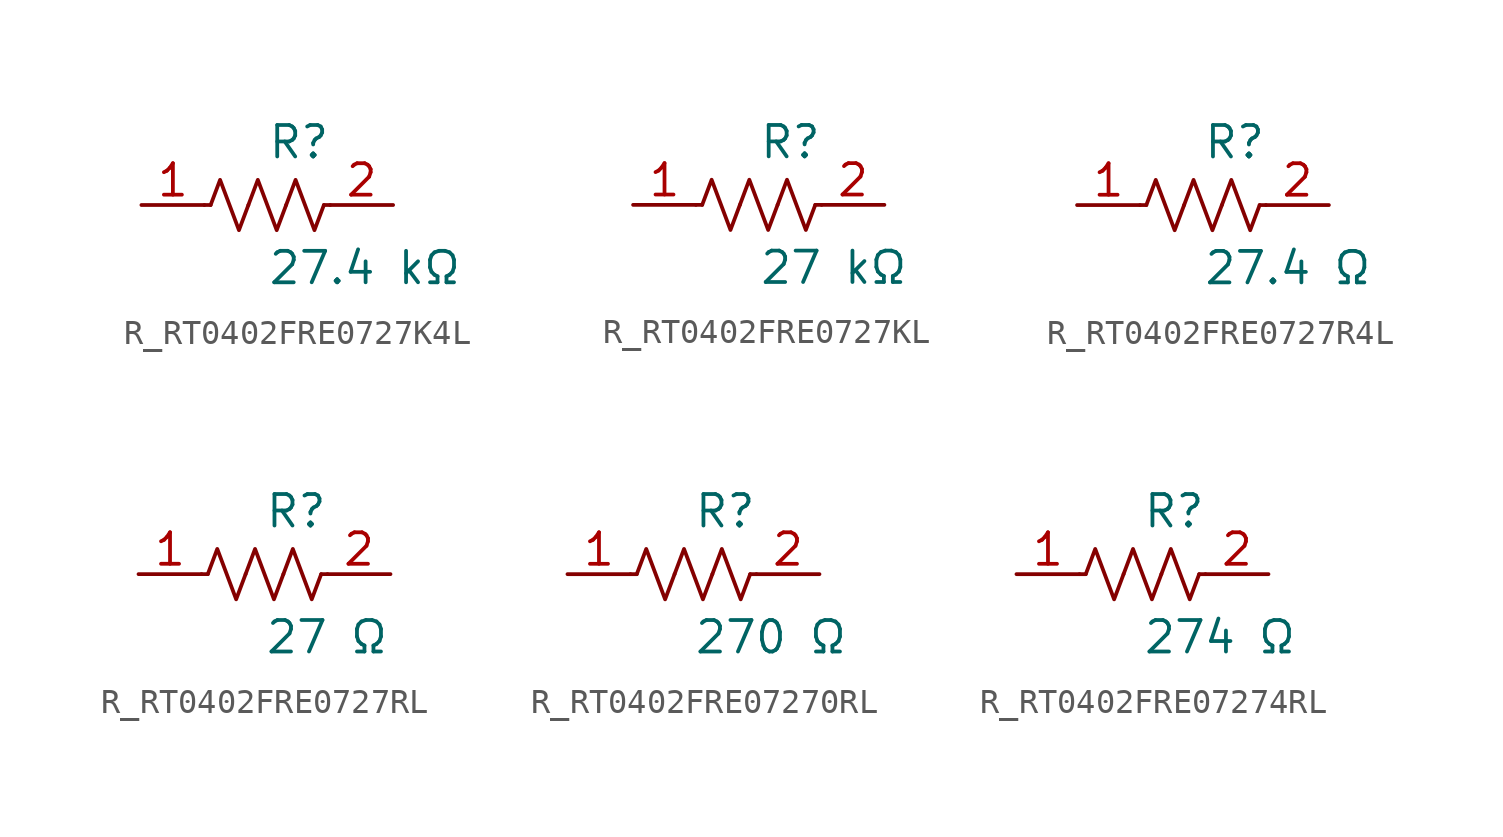
<source format=kicad_sym>
(kicad_symbol_lib
  (version 20231120)
  (generator kicad_symbol_editor)
  (generator_version 8.0)
  (symbol "R_RT0402FRE0727K4L"
    (pin_names
      (offset 0.254))
    (property "Reference" "R"
      (at 0.0 2.54 0)
      (effects (font (size 1.27 1.27)) (justify left)))
    (property "Value" "27.4 kΩ"
      (at 0.0 -2.54 0)
      (effects (font (size 1.27 1.27)) (justify left)))
    (symbol "R_RT0402FRE0727K4L_0_1"
      (polyline (pts (xy 2.286 0) (xy 2.54 0)) (stroke (width 0) (type default)) (fill (type none)))
      (polyline (pts (xy -2.286 0) (xy -2.54 0)) (stroke (width 0) (type default)) (fill (type none)))
      (polyline (pts (xy 0.762 0) (xy 1.143 1.016) (xy 1.524 0) (xy 1.905 -1.016) (xy 2.286 0)) (stroke (width 0) (type default)) (fill (type none)))
      (polyline (pts (xy -0.762 0) (xy -0.381 1.016) (xy 0 0) (xy 0.381 -1.016) (xy 0.762 0)) (stroke (width 0) (type default)) (fill (type none)))
      (polyline (pts (xy -2.286 0) (xy -1.905 1.016) (xy -1.524 0) (xy -1.143 -1.016) (xy -0.762 0)) (stroke (width 0) (type default)) (fill (type none))))
    (pin unspecified line
      (at -5.08 0 0)
      (length 2.54)
      (name "" (effects (font (size 1.27 1.27))))
      (number "1" (effects (font (size 1.27 1.27)))))
    (pin unspecified line
      (at 5.08 0 180)
      (length 2.54)
      (name "" (effects (font (size 1.27 1.27))))
      (number "2" (effects (font (size 1.27 1.27))))))
  (symbol "R_RT0402FRE0727KL"
    (pin_names
      (offset 0.254))
    (property "Reference" "R"
      (at 0.0 2.54 0)
      (effects (font (size 1.27 1.27)) (justify left)))
    (property "Value" "27 kΩ"
      (at 0.0 -2.54 0)
      (effects (font (size 1.27 1.27)) (justify left)))
    (symbol "R_RT0402FRE0727KL_0_1"
      (polyline (pts (xy 2.286 0) (xy 2.54 0)) (stroke (width 0) (type default)) (fill (type none)))
      (polyline (pts (xy -2.286 0) (xy -2.54 0)) (stroke (width 0) (type default)) (fill (type none)))
      (polyline (pts (xy 0.762 0) (xy 1.143 1.016) (xy 1.524 0) (xy 1.905 -1.016) (xy 2.286 0)) (stroke (width 0) (type default)) (fill (type none)))
      (polyline (pts (xy -0.762 0) (xy -0.381 1.016) (xy 0 0) (xy 0.381 -1.016) (xy 0.762 0)) (stroke (width 0) (type default)) (fill (type none)))
      (polyline (pts (xy -2.286 0) (xy -1.905 1.016) (xy -1.524 0) (xy -1.143 -1.016) (xy -0.762 0)) (stroke (width 0) (type default)) (fill (type none))))
    (pin unspecified line
      (at -5.08 0 0)
      (length 2.54)
      (name "" (effects (font (size 1.27 1.27))))
      (number "1" (effects (font (size 1.27 1.27)))))
    (pin unspecified line
      (at 5.08 0 180)
      (length 2.54)
      (name "" (effects (font (size 1.27 1.27))))
      (number "2" (effects (font (size 1.27 1.27))))))
  (symbol "R_RT0402FRE0727R4L"
    (pin_names
      (offset 0.254))
    (property "Reference" "R"
      (at 0.0 2.54 0)
      (effects (font (size 1.27 1.27)) (justify left)))
    (property "Value" "27.4 Ω"
      (at 0.0 -2.54 0)
      (effects (font (size 1.27 1.27)) (justify left)))
    (symbol "R_RT0402FRE0727R4L_0_1"
      (polyline (pts (xy 2.286 0) (xy 2.54 0)) (stroke (width 0) (type default)) (fill (type none)))
      (polyline (pts (xy -2.286 0) (xy -2.54 0)) (stroke (width 0) (type default)) (fill (type none)))
      (polyline (pts (xy 0.762 0) (xy 1.143 1.016) (xy 1.524 0) (xy 1.905 -1.016) (xy 2.286 0)) (stroke (width 0) (type default)) (fill (type none)))
      (polyline (pts (xy -0.762 0) (xy -0.381 1.016) (xy 0 0) (xy 0.381 -1.016) (xy 0.762 0)) (stroke (width 0) (type default)) (fill (type none)))
      (polyline (pts (xy -2.286 0) (xy -1.905 1.016) (xy -1.524 0) (xy -1.143 -1.016) (xy -0.762 0)) (stroke (width 0) (type default)) (fill (type none))))
    (pin unspecified line
      (at -5.08 0 0)
      (length 2.54)
      (name "" (effects (font (size 1.27 1.27))))
      (number "1" (effects (font (size 1.27 1.27)))))
    (pin unspecified line
      (at 5.08 0 180)
      (length 2.54)
      (name "" (effects (font (size 1.27 1.27))))
      (number "2" (effects (font (size 1.27 1.27))))))
  (symbol "R_RT0402FRE0727RL"
    (pin_names
      (offset 0.254))
    (property "Reference" "R"
      (at 0.0 2.54 0)
      (effects (font (size 1.27 1.27)) (justify left)))
    (property "Value" "27 Ω"
      (at 0.0 -2.54 0)
      (effects (font (size 1.27 1.27)) (justify left)))
    (symbol "R_RT0402FRE0727RL_0_1"
      (polyline (pts (xy 2.286 0) (xy 2.54 0)) (stroke (width 0) (type default)) (fill (type none)))
      (polyline (pts (xy -2.286 0) (xy -2.54 0)) (stroke (width 0) (type default)) (fill (type none)))
      (polyline (pts (xy 0.762 0) (xy 1.143 1.016) (xy 1.524 0) (xy 1.905 -1.016) (xy 2.286 0)) (stroke (width 0) (type default)) (fill (type none)))
      (polyline (pts (xy -0.762 0) (xy -0.381 1.016) (xy 0 0) (xy 0.381 -1.016) (xy 0.762 0)) (stroke (width 0) (type default)) (fill (type none)))
      (polyline (pts (xy -2.286 0) (xy -1.905 1.016) (xy -1.524 0) (xy -1.143 -1.016) (xy -0.762 0)) (stroke (width 0) (type default)) (fill (type none))))
    (pin unspecified line
      (at -5.08 0 0)
      (length 2.54)
      (name "" (effects (font (size 1.27 1.27))))
      (number "1" (effects (font (size 1.27 1.27)))))
    (pin unspecified line
      (at 5.08 0 180)
      (length 2.54)
      (name "" (effects (font (size 1.27 1.27))))
      (number "2" (effects (font (size 1.27 1.27))))))
  (symbol "R_RT0402FRE07270RL"
    (pin_names
      (offset 0.254))
    (property "Reference" "R"
      (at 0.0 2.54 0)
      (effects (font (size 1.27 1.27)) (justify left)))
    (property "Value" "270 Ω"
      (at 0.0 -2.54 0)
      (effects (font (size 1.27 1.27)) (justify left)))
    (symbol "R_RT0402FRE07270RL_0_1"
      (polyline (pts (xy 2.286 0) (xy 2.54 0)) (stroke (width 0) (type default)) (fill (type none)))
      (polyline (pts (xy -2.286 0) (xy -2.54 0)) (stroke (width 0) (type default)) (fill (type none)))
      (polyline (pts (xy 0.762 0) (xy 1.143 1.016) (xy 1.524 0) (xy 1.905 -1.016) (xy 2.286 0)) (stroke (width 0) (type default)) (fill (type none)))
      (polyline (pts (xy -0.762 0) (xy -0.381 1.016) (xy 0 0) (xy 0.381 -1.016) (xy 0.762 0)) (stroke (width 0) (type default)) (fill (type none)))
      (polyline (pts (xy -2.286 0) (xy -1.905 1.016) (xy -1.524 0) (xy -1.143 -1.016) (xy -0.762 0)) (stroke (width 0) (type default)) (fill (type none))))
    (pin unspecified line
      (at -5.08 0 0)
      (length 2.54)
      (name "" (effects (font (size 1.27 1.27))))
      (number "1" (effects (font (size 1.27 1.27)))))
    (pin unspecified line
      (at 5.08 0 180)
      (length 2.54)
      (name "" (effects (font (size 1.27 1.27))))
      (number "2" (effects (font (size 1.27 1.27))))))
  (symbol "R_RT0402FRE07274RL"
    (pin_names
      (offset 0.254))
    (property "Reference" "R"
      (at 0.0 2.54 0)
      (effects (font (size 1.27 1.27)) (justify left)))
    (property "Value" "274 Ω"
      (at 0.0 -2.54 0)
      (effects (font (size 1.27 1.27)) (justify left)))
    (symbol "R_RT0402FRE07274RL_0_1"
      (polyline (pts (xy 2.286 0) (xy 2.54 0)) (stroke (width 0) (type default)) (fill (type none)))
      (polyline (pts (xy -2.286 0) (xy -2.54 0)) (stroke (width 0) (type default)) (fill (type none)))
      (polyline (pts (xy 0.762 0) (xy 1.143 1.016) (xy 1.524 0) (xy 1.905 -1.016) (xy 2.286 0)) (stroke (width 0) (type default)) (fill (type none)))
      (polyline (pts (xy -0.762 0) (xy -0.381 1.016) (xy 0 0) (xy 0.381 -1.016) (xy 0.762 0)) (stroke (width 0) (type default)) (fill (type none)))
      (polyline (pts (xy -2.286 0) (xy -1.905 1.016) (xy -1.524 0) (xy -1.143 -1.016) (xy -0.762 0)) (stroke (width 0) (type default)) (fill (type none))))
    (pin unspecified line
      (at -5.08 0 0)
      (length 2.54)
      (name "" (effects (font (size 1.27 1.27))))
      (number "1" (effects (font (size 1.27 1.27)))))
    (pin unspecified line
      (at 5.08 0 180)
      (length 2.54)
      (name "" (effects (font (size 1.27 1.27))))
      (number "2" (effects (font (size 1.27 1.27)))))))
</source>
